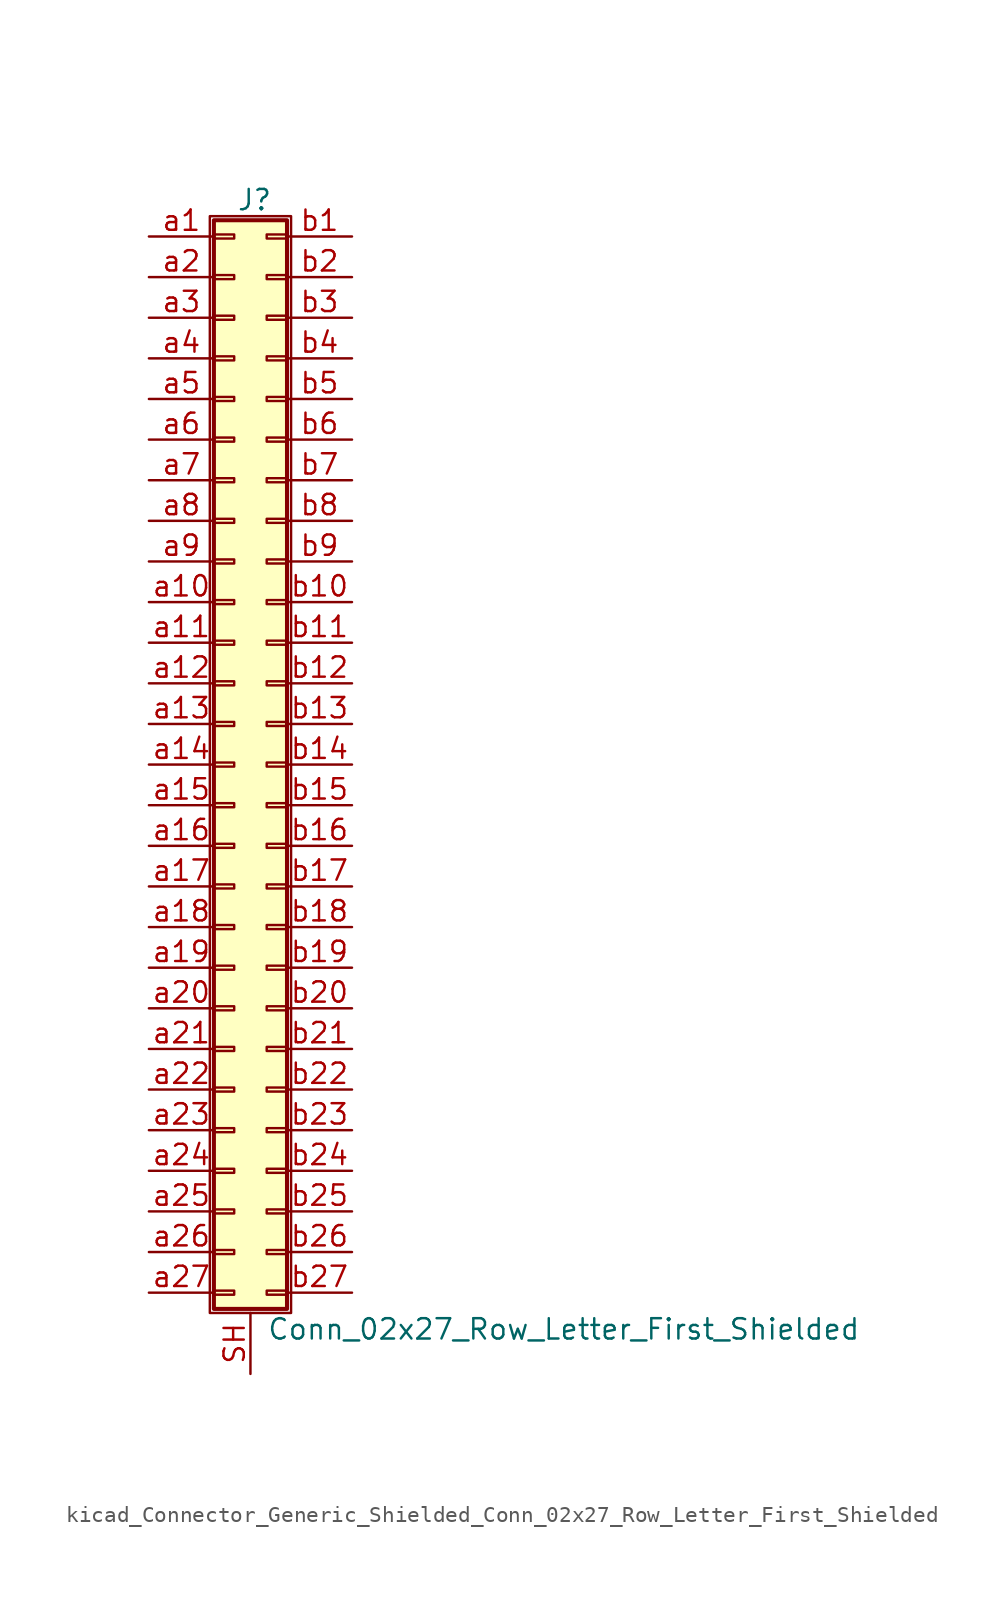
<source format=kicad_sym>
(kicad_symbol_lib
  (version 20220914)
  (generator kicad_symbol_editor)
  (symbol "kicad_Connector_Generic_Shielded_Conn_02x27_Row_Letter_First_Shielded"
    (pin_names
      (offset 1.016) hide)
    (property "Reference" "J"
      (at 1.524 35.306 0)
      (effects (font (size 1.27 1.27))))
    (property "Value" "Conn_02x27_Row_Letter_First_Shielded"
      (at 2.286 -35.306 0)
      (effects (font (size 1.27 1.27)) (justify left)))
    (symbol "kicad_Connector_Generic_Shielded_Conn_02x27_Row_Letter_First_Shielded_1_1"
      (rectangle (start -1.27 34.29) (end 3.81 -34.29) (stroke (width 0.152) (type default)) (fill (type none)))
      (rectangle (start -1.016 -32.893) (end 0.254 -33.147) (stroke (width 0.152) (type default)) (fill (type none)))
      (rectangle (start -1.016 -30.353) (end 0.254 -30.607) (stroke (width 0.152) (type default)) (fill (type none)))
      (rectangle (start -1.016 -27.813) (end 0.254 -28.067) (stroke (width 0.152) (type default)) (fill (type none)))
      (rectangle (start -1.016 -25.273) (end 0.254 -25.527) (stroke (width 0.152) (type default)) (fill (type none)))
      (rectangle (start -1.016 -22.733) (end 0.254 -22.987) (stroke (width 0.152) (type default)) (fill (type none)))
      (rectangle (start -1.016 -20.193) (end 0.254 -20.447) (stroke (width 0.152) (type default)) (fill (type none)))
      (rectangle (start -1.016 -17.653) (end 0.254 -17.907) (stroke (width 0.152) (type default)) (fill (type none)))
      (rectangle (start -1.016 -15.113) (end 0.254 -15.367) (stroke (width 0.152) (type default)) (fill (type none)))
      (rectangle (start -1.016 -12.573) (end 0.254 -12.827) (stroke (width 0.152) (type default)) (fill (type none)))
      (rectangle (start -1.016 -10.033) (end 0.254 -10.287) (stroke (width 0.152) (type default)) (fill (type none)))
      (rectangle (start -1.016 -7.493) (end 0.254 -7.747) (stroke (width 0.152) (type default)) (fill (type none)))
      (rectangle (start -1.016 -4.953) (end 0.254 -5.207) (stroke (width 0.152) (type default)) (fill (type none)))
      (rectangle (start -1.016 -2.413) (end 0.254 -2.667) (stroke (width 0.152) (type default)) (fill (type none)))
      (rectangle (start -1.016 0.127) (end 0.254 -0.127) (stroke (width 0.152) (type default)) (fill (type none)))
      (rectangle (start -1.016 2.667) (end 0.254 2.413) (stroke (width 0.152) (type default)) (fill (type none)))
      (rectangle (start -1.016 5.207) (end 0.254 4.953) (stroke (width 0.152) (type default)) (fill (type none)))
      (rectangle (start -1.016 7.747) (end 0.254 7.493) (stroke (width 0.152) (type default)) (fill (type none)))
      (rectangle (start -1.016 10.287) (end 0.254 10.033) (stroke (width 0.152) (type default)) (fill (type none)))
      (rectangle (start -1.016 12.827) (end 0.254 12.573) (stroke (width 0.152) (type default)) (fill (type none)))
      (rectangle (start -1.016 15.367) (end 0.254 15.113) (stroke (width 0.152) (type default)) (fill (type none)))
      (rectangle (start -1.016 17.907) (end 0.254 17.653) (stroke (width 0.152) (type default)) (fill (type none)))
      (rectangle (start -1.016 20.447) (end 0.254 20.193) (stroke (width 0.152) (type default)) (fill (type none)))
      (rectangle (start -1.016 22.987) (end 0.254 22.733) (stroke (width 0.152) (type default)) (fill (type none)))
      (rectangle (start -1.016 25.527) (end 0.254 25.273) (stroke (width 0.152) (type default)) (fill (type none)))
      (rectangle (start -1.016 28.067) (end 0.254 27.813) (stroke (width 0.152) (type default)) (fill (type none)))
      (rectangle (start -1.016 30.607) (end 0.254 30.353) (stroke (width 0.152) (type default)) (fill (type none)))
      (rectangle (start -1.016 33.147) (end 0.254 32.893) (stroke (width 0.152) (type default)) (fill (type none)))
      (rectangle (start -1.016 34.036) (end 3.556 -34.036) (stroke (width 0.254) (type default)) (fill (type background)))
      (rectangle (start 3.556 -32.893) (end 2.286 -33.147) (stroke (width 0.152) (type default)) (fill (type none)))
      (rectangle (start 3.556 -30.353) (end 2.286 -30.607) (stroke (width 0.152) (type default)) (fill (type none)))
      (rectangle (start 3.556 -27.813) (end 2.286 -28.067) (stroke (width 0.152) (type default)) (fill (type none)))
      (rectangle (start 3.556 -25.273) (end 2.286 -25.527) (stroke (width 0.152) (type default)) (fill (type none)))
      (rectangle (start 3.556 -22.733) (end 2.286 -22.987) (stroke (width 0.152) (type default)) (fill (type none)))
      (rectangle (start 3.556 -20.193) (end 2.286 -20.447) (stroke (width 0.152) (type default)) (fill (type none)))
      (rectangle (start 3.556 -17.653) (end 2.286 -17.907) (stroke (width 0.152) (type default)) (fill (type none)))
      (rectangle (start 3.556 -15.113) (end 2.286 -15.367) (stroke (width 0.152) (type default)) (fill (type none)))
      (rectangle (start 3.556 -12.573) (end 2.286 -12.827) (stroke (width 0.152) (type default)) (fill (type none)))
      (rectangle (start 3.556 -10.033) (end 2.286 -10.287) (stroke (width 0.152) (type default)) (fill (type none)))
      (rectangle (start 3.556 -7.493) (end 2.286 -7.747) (stroke (width 0.152) (type default)) (fill (type none)))
      (rectangle (start 3.556 -4.953) (end 2.286 -5.207) (stroke (width 0.152) (type default)) (fill (type none)))
      (rectangle (start 3.556 -2.413) (end 2.286 -2.667) (stroke (width 0.152) (type default)) (fill (type none)))
      (rectangle (start 3.556 0.127) (end 2.286 -0.127) (stroke (width 0.152) (type default)) (fill (type none)))
      (rectangle (start 3.556 2.667) (end 2.286 2.413) (stroke (width 0.152) (type default)) (fill (type none)))
      (rectangle (start 3.556 5.207) (end 2.286 4.953) (stroke (width 0.152) (type default)) (fill (type none)))
      (rectangle (start 3.556 7.747) (end 2.286 7.493) (stroke (width 0.152) (type default)) (fill (type none)))
      (rectangle (start 3.556 10.287) (end 2.286 10.033) (stroke (width 0.152) (type default)) (fill (type none)))
      (rectangle (start 3.556 12.827) (end 2.286 12.573) (stroke (width 0.152) (type default)) (fill (type none)))
      (rectangle (start 3.556 15.367) (end 2.286 15.113) (stroke (width 0.152) (type default)) (fill (type none)))
      (rectangle (start 3.556 17.907) (end 2.286 17.653) (stroke (width 0.152) (type default)) (fill (type none)))
      (rectangle (start 3.556 20.447) (end 2.286 20.193) (stroke (width 0.152) (type default)) (fill (type none)))
      (rectangle (start 3.556 22.987) (end 2.286 22.733) (stroke (width 0.152) (type default)) (fill (type none)))
      (rectangle (start 3.556 25.527) (end 2.286 25.273) (stroke (width 0.152) (type default)) (fill (type none)))
      (rectangle (start 3.556 28.067) (end 2.286 27.813) (stroke (width 0.152) (type default)) (fill (type none)))
      (rectangle (start 3.556 30.607) (end 2.286 30.353) (stroke (width 0.152) (type default)) (fill (type none)))
      (rectangle (start 3.556 33.147) (end 2.286 32.893) (stroke (width 0.152) (type default)) (fill (type none)))
      (pin passive line (at 1.27 -38.1 90) (length 3.81) (name "Shield" (effects (font (size 1.27 1.27)))) (number "SH" (effects (font (size 1.27 1.27)))))
      (pin passive line (at -5.08 33.02 0) (length 4.064) (name "Pin_a1" (effects (font (size 1.27 1.27)))) (number "a1" (effects (font (size 1.27 1.27)))))
      (pin passive line (at -5.08 10.16 0) (length 4.064) (name "Pin_a10" (effects (font (size 1.27 1.27)))) (number "a10" (effects (font (size 1.27 1.27)))))
      (pin passive line (at -5.08 7.62 0) (length 4.064) (name "Pin_a11" (effects (font (size 1.27 1.27)))) (number "a11" (effects (font (size 1.27 1.27)))))
      (pin passive line (at -5.08 5.08 0) (length 4.064) (name "Pin_a12" (effects (font (size 1.27 1.27)))) (number "a12" (effects (font (size 1.27 1.27)))))
      (pin passive line (at -5.08 2.54 0) (length 4.064) (name "Pin_a13" (effects (font (size 1.27 1.27)))) (number "a13" (effects (font (size 1.27 1.27)))))
      (pin passive line (at -5.08 0 0) (length 4.064) (name "Pin_a14" (effects (font (size 1.27 1.27)))) (number "a14" (effects (font (size 1.27 1.27)))))
      (pin passive line (at -5.08 -2.54 0) (length 4.064) (name "Pin_a15" (effects (font (size 1.27 1.27)))) (number "a15" (effects (font (size 1.27 1.27)))))
      (pin passive line (at -5.08 -5.08 0) (length 4.064) (name "Pin_a16" (effects (font (size 1.27 1.27)))) (number "a16" (effects (font (size 1.27 1.27)))))
      (pin passive line (at -5.08 -7.62 0) (length 4.064) (name "Pin_a17" (effects (font (size 1.27 1.27)))) (number "a17" (effects (font (size 1.27 1.27)))))
      (pin passive line (at -5.08 -10.16 0) (length 4.064) (name "Pin_a18" (effects (font (size 1.27 1.27)))) (number "a18" (effects (font (size 1.27 1.27)))))
      (pin passive line (at -5.08 -12.7 0) (length 4.064) (name "Pin_a19" (effects (font (size 1.27 1.27)))) (number "a19" (effects (font (size 1.27 1.27)))))
      (pin passive line (at -5.08 30.48 0) (length 4.064) (name "Pin_a2" (effects (font (size 1.27 1.27)))) (number "a2" (effects (font (size 1.27 1.27)))))
      (pin passive line (at -5.08 -15.24 0) (length 4.064) (name "Pin_a20" (effects (font (size 1.27 1.27)))) (number "a20" (effects (font (size 1.27 1.27)))))
      (pin passive line (at -5.08 -17.78 0) (length 4.064) (name "Pin_a21" (effects (font (size 1.27 1.27)))) (number "a21" (effects (font (size 1.27 1.27)))))
      (pin passive line (at -5.08 -20.32 0) (length 4.064) (name "Pin_a22" (effects (font (size 1.27 1.27)))) (number "a22" (effects (font (size 1.27 1.27)))))
      (pin passive line (at -5.08 -22.86 0) (length 4.064) (name "Pin_a23" (effects (font (size 1.27 1.27)))) (number "a23" (effects (font (size 1.27 1.27)))))
      (pin passive line (at -5.08 -25.4 0) (length 4.064) (name "Pin_a24" (effects (font (size 1.27 1.27)))) (number "a24" (effects (font (size 1.27 1.27)))))
      (pin passive line (at -5.08 -27.94 0) (length 4.064) (name "Pin_a25" (effects (font (size 1.27 1.27)))) (number "a25" (effects (font (size 1.27 1.27)))))
      (pin passive line (at -5.08 -30.48 0) (length 4.064) (name "Pin_a26" (effects (font (size 1.27 1.27)))) (number "a26" (effects (font (size 1.27 1.27)))))
      (pin passive line (at -5.08 -33.02 0) (length 4.064) (name "Pin_a27" (effects (font (size 1.27 1.27)))) (number "a27" (effects (font (size 1.27 1.27)))))
      (pin passive line (at -5.08 27.94 0) (length 4.064) (name "Pin_a3" (effects (font (size 1.27 1.27)))) (number "a3" (effects (font (size 1.27 1.27)))))
      (pin passive line (at -5.08 25.4 0) (length 4.064) (name "Pin_a4" (effects (font (size 1.27 1.27)))) (number "a4" (effects (font (size 1.27 1.27)))))
      (pin passive line (at -5.08 22.86 0) (length 4.064) (name "Pin_a5" (effects (font (size 1.27 1.27)))) (number "a5" (effects (font (size 1.27 1.27)))))
      (pin passive line (at -5.08 20.32 0) (length 4.064) (name "Pin_a6" (effects (font (size 1.27 1.27)))) (number "a6" (effects (font (size 1.27 1.27)))))
      (pin passive line (at -5.08 17.78 0) (length 4.064) (name "Pin_a7" (effects (font (size 1.27 1.27)))) (number "a7" (effects (font (size 1.27 1.27)))))
      (pin passive line (at -5.08 15.24 0) (length 4.064) (name "Pin_a8" (effects (font (size 1.27 1.27)))) (number "a8" (effects (font (size 1.27 1.27)))))
      (pin passive line (at -5.08 12.7 0) (length 4.064) (name "Pin_a9" (effects (font (size 1.27 1.27)))) (number "a9" (effects (font (size 1.27 1.27)))))
      (pin passive line (at 7.62 33.02 180) (length 4.064) (name "Pin_b1" (effects (font (size 1.27 1.27)))) (number "b1" (effects (font (size 1.27 1.27)))))
      (pin passive line (at 7.62 10.16 180) (length 4.064) (name "Pin_b10" (effects (font (size 1.27 1.27)))) (number "b10" (effects (font (size 1.27 1.27)))))
      (pin passive line (at 7.62 7.62 180) (length 4.064) (name "Pin_b11" (effects (font (size 1.27 1.27)))) (number "b11" (effects (font (size 1.27 1.27)))))
      (pin passive line (at 7.62 5.08 180) (length 4.064) (name "Pin_b12" (effects (font (size 1.27 1.27)))) (number "b12" (effects (font (size 1.27 1.27)))))
      (pin passive line (at 7.62 2.54 180) (length 4.064) (name "Pin_b13" (effects (font (size 1.27 1.27)))) (number "b13" (effects (font (size 1.27 1.27)))))
      (pin passive line (at 7.62 0 180) (length 4.064) (name "Pin_b14" (effects (font (size 1.27 1.27)))) (number "b14" (effects (font (size 1.27 1.27)))))
      (pin passive line (at 7.62 -2.54 180) (length 4.064) (name "Pin_b15" (effects (font (size 1.27 1.27)))) (number "b15" (effects (font (size 1.27 1.27)))))
      (pin passive line (at 7.62 -5.08 180) (length 4.064) (name "Pin_b16" (effects (font (size 1.27 1.27)))) (number "b16" (effects (font (size 1.27 1.27)))))
      (pin passive line (at 7.62 -7.62 180) (length 4.064) (name "Pin_b17" (effects (font (size 1.27 1.27)))) (number "b17" (effects (font (size 1.27 1.27)))))
      (pin passive line (at 7.62 -10.16 180) (length 4.064) (name "Pin_b18" (effects (font (size 1.27 1.27)))) (number "b18" (effects (font (size 1.27 1.27)))))
      (pin passive line (at 7.62 -12.7 180) (length 4.064) (name "Pin_b19" (effects (font (size 1.27 1.27)))) (number "b19" (effects (font (size 1.27 1.27)))))
      (pin passive line (at 7.62 30.48 180) (length 4.064) (name "Pin_b2" (effects (font (size 1.27 1.27)))) (number "b2" (effects (font (size 1.27 1.27)))))
      (pin passive line (at 7.62 -15.24 180) (length 4.064) (name "Pin_b20" (effects (font (size 1.27 1.27)))) (number "b20" (effects (font (size 1.27 1.27)))))
      (pin passive line (at 7.62 -17.78 180) (length 4.064) (name "Pin_b21" (effects (font (size 1.27 1.27)))) (number "b21" (effects (font (size 1.27 1.27)))))
      (pin passive line (at 7.62 -20.32 180) (length 4.064) (name "Pin_b22" (effects (font (size 1.27 1.27)))) (number "b22" (effects (font (size 1.27 1.27)))))
      (pin passive line (at 7.62 -22.86 180) (length 4.064) (name "Pin_b23" (effects (font (size 1.27 1.27)))) (number "b23" (effects (font (size 1.27 1.27)))))
      (pin passive line (at 7.62 -25.4 180) (length 4.064) (name "Pin_b24" (effects (font (size 1.27 1.27)))) (number "b24" (effects (font (size 1.27 1.27)))))
      (pin passive line (at 7.62 -27.94 180) (length 4.064) (name "Pin_b25" (effects (font (size 1.27 1.27)))) (number "b25" (effects (font (size 1.27 1.27)))))
      (pin passive line (at 7.62 -30.48 180) (length 4.064) (name "Pin_b26" (effects (font (size 1.27 1.27)))) (number "b26" (effects (font (size 1.27 1.27)))))
      (pin passive line (at 7.62 -33.02 180) (length 4.064) (name "Pin_b27" (effects (font (size 1.27 1.27)))) (number "b27" (effects (font (size 1.27 1.27)))))
      (pin passive line (at 7.62 27.94 180) (length 4.064) (name "Pin_b3" (effects (font (size 1.27 1.27)))) (number "b3" (effects (font (size 1.27 1.27)))))
      (pin passive line (at 7.62 25.4 180) (length 4.064) (name "Pin_b4" (effects (font (size 1.27 1.27)))) (number "b4" (effects (font (size 1.27 1.27)))))
      (pin passive line (at 7.62 22.86 180) (length 4.064) (name "Pin_b5" (effects (font (size 1.27 1.27)))) (number "b5" (effects (font (size 1.27 1.27)))))
      (pin passive line (at 7.62 20.32 180) (length 4.064) (name "Pin_b6" (effects (font (size 1.27 1.27)))) (number "b6" (effects (font (size 1.27 1.27)))))
      (pin passive line (at 7.62 17.78 180) (length 4.064) (name "Pin_b7" (effects (font (size 1.27 1.27)))) (number "b7" (effects (font (size 1.27 1.27)))))
      (pin passive line (at 7.62 15.24 180) (length 4.064) (name "Pin_b8" (effects (font (size 1.27 1.27)))) (number "b8" (effects (font (size 1.27 1.27)))))
      (pin passive line (at 7.62 12.7 180) (length 4.064) (name "Pin_b9" (effects (font (size 1.27 1.27)))) (number "b9" (effects (font (size 1.27 1.27))))))))
</source>
